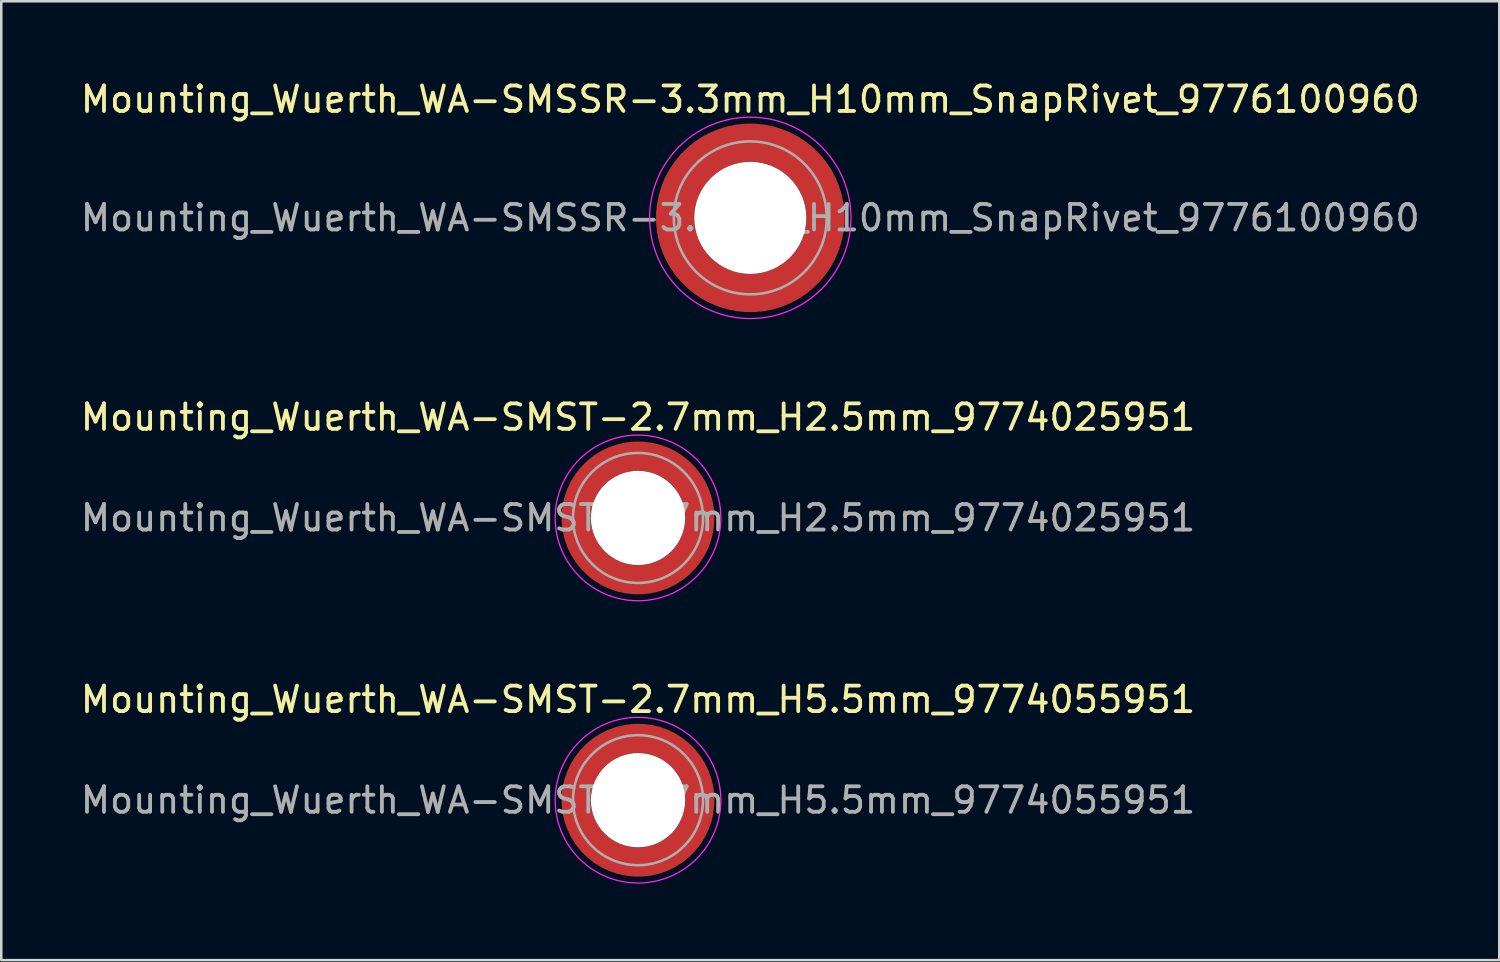
<source format=kicad_pcb>
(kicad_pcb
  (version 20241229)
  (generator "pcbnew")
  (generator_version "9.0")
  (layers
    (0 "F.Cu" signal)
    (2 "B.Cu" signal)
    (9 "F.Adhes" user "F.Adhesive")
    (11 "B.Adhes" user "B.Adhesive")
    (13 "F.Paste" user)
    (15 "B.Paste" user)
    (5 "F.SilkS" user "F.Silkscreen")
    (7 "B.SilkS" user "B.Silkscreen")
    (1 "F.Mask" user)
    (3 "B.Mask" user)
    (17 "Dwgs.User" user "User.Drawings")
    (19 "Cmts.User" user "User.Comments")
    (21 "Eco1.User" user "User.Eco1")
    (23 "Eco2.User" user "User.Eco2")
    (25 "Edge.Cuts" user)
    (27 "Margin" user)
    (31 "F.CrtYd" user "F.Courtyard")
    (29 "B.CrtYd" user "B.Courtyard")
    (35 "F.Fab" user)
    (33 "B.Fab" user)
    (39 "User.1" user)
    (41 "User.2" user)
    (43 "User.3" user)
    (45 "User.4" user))
  (footprint "Mounting_Wuerth_WA-SMST-2.7mm_H2.5mm_9774025951"
    (layer "F.Cu")
    (at 21.982 17.271)
    (property "Reference" "Mounting_Wuerth_WA-SMST-2.7mm_H2.5mm_9774025951" (at 0 -3.95 0) (layer "F.SilkS") (effects (font (size 1 1) (thickness 0.15))))
    (attr smd)
    (fp_circle (center 0 0) (end 3.25 0) (stroke (width 0.05) (type solid)) (fill no) (layer "F.CrtYd"))
    (fp_circle (center 0 0) (end 2.55 0) (stroke (width 0.1) (type solid)) (fill no) (layer "F.Fab"))
    (fp_text user "${REFERENCE}" (at 0 0 0) (layer "F.Fab") (effects (font (size 1 1) (thickness 0.15))))
    (pad "" smd custom (at -1.704 -1.704) (size 0.62 0.62) (layers "F.Paste") (options (anchor circle)) (primitives (gr_arc (start -0.250195 1.279127) (mid 0.289146 0.290681) (end 1.277006 -0.249732) (width 0.2)) (gr_arc (start -0.34334 1.279127) (mid 0.224883 0.226093) (end 1.277452 -0.342992) (width 0.2)) (gr_arc (start -0.436309 1.279127) (mid 0.160537 0.16159) (end 1.277666 -0.436018) (width 0.2)) (gr_arc (start -0.529126 1.279127) (mid 0.095932 0.097343) (end 1.277167 -0.528752) (width 0.2)) (gr_arc (start -0.621807 1.279127) (mid 0.0309 0.033527) (end 1.275473 -0.621136) (width 0.2)) (gr_arc (start -0.71437 1.279127) (mid -0.03322 -0.031206) (end 1.276322 -0.713875) (width 0.2)) (gr_arc (start -0.806826 1.279127) (mid -0.097997 -0.095278) (end 1.275336 -0.806181) (width 0.2)) (gr_arc (start -0.899187 1.279127) (mid -0.161977 -0.160149) (end 1.276577 -0.898769) (width 0.2)) (gr_arc (start -0.991463 1.279127) (mid -0.226842 -0.224133) (end 1.275343 -0.990864) (width 0.2)) (gr_arc (start -1.083663 1.279127) (mid -0.291026 -0.288801) (end 1.276016 -1.083187) (width 0.2)) (gr_line (start 1.279 -0.25) (end 1.279 -1.084) (width 0.2)) (gr_line (start -0.25 1.279) (end -1.084 1.279) (width 0.2))))
    (pad "" smd custom (at -1.704 1.704) (size 0.62 0.62) (layers "F.Paste") (options (anchor circle)) (primitives (gr_arc (start 1.279127 0.250195) (mid 0.290681 -0.289146) (end -0.249732 -1.277006) (width 0.2)) (gr_arc (start 1.279127 0.34334) (mid 0.226093 -0.224883) (end -0.342992 -1.277452) (width 0.2)) (gr_arc (start 1.279127 0.436309) (mid 0.16159 -0.160537) (end -0.436018 -1.277666) (width 0.2)) (gr_arc (start 1.279127 0.529126) (mid 0.097343 -0.095932) (end -0.528752 -1.277167) (width 0.2)) (gr_arc (start 1.279127 0.621807) (mid 0.033527 -0.0309) (end -0.621136 -1.275473) (width 0.2)) (gr_arc (start 1.279127 0.71437) (mid -0.031206 0.03322) (end -0.713875 -1.276322) (width 0.2)) (gr_arc (start 1.279127 0.806826) (mid -0.095278 0.097997) (end -0.806181 -1.275336) (width 0.2)) (gr_arc (start 1.279127 0.899187) (mid -0.160149 0.161977) (end -0.898769 -1.276577) (width 0.2)) (gr_arc (start 1.279127 0.991463) (mid -0.224133 0.226842) (end -0.990864 -1.275343) (width 0.2)) (gr_arc (start 1.279127 1.083663) (mid -0.288801 0.291026) (end -1.083187 -1.276016) (width 0.2)) (gr_line (start -0.25 -1.279) (end -1.084 -1.279) (width 0.2)) (gr_line (start 1.279 0.25) (end 1.279 1.084) (width 0.2))))
    (pad "" np_thru_hole circle (at 0 0) (size 3.7 3.7) (drill 3.7) (layers "*.Cu" "*.Mask"))
    (pad "" smd custom (at 1.704 -1.704) (size 0.62 0.62) (layers "F.Paste") (options (anchor circle)) (primitives (gr_arc (start -1.279127 -0.250195) (mid -0.290681 0.289146) (end 0.249732 1.277006) (width 0.2)) (gr_arc (start -1.279127 -0.34334) (mid -0.226093 0.224883) (end 0.342992 1.277452) (width 0.2)) (gr_arc (start -1.279127 -0.436309) (mid -0.16159 0.160537) (end 0.436018 1.277666) (width 0.2)) (gr_arc (start -1.279127 -0.529126) (mid -0.097343 0.095932) (end 0.528752 1.277167) (width 0.2)) (gr_arc (start -1.279127 -0.621807) (mid -0.033527 0.0309) (end 0.621136 1.275473) (width 0.2)) (gr_arc (start -1.279127 -0.71437) (mid 0.031206 -0.03322) (end 0.713875 1.276322) (width 0.2)) (gr_arc (start -1.279127 -0.806826) (mid 0.095278 -0.097997) (end 0.806181 1.275336) (width 0.2)) (gr_arc (start -1.279127 -0.899187) (mid 0.160149 -0.161977) (end 0.898769 1.276577) (width 0.2)) (gr_arc (start -1.279127 -0.991463) (mid 0.224133 -0.226842) (end 0.990864 1.275343) (width 0.2)) (gr_arc (start -1.279127 -1.083663) (mid 0.288801 -0.291026) (end 1.083187 1.276016) (width 0.2)) (gr_line (start 0.25 1.279) (end 1.084 1.279) (width 0.2)) (gr_line (start -1.279 -0.25) (end -1.279 -1.084) (width 0.2))))
    (pad "" smd custom (at 1.704 1.704) (size 0.62 0.62) (layers "F.Paste") (options (anchor circle)) (primitives (gr_arc (start 0.250195 -1.279127) (mid -0.289146 -0.290681) (end -1.277006 0.249732) (width 0.2)) (gr_arc (start 0.34334 -1.279127) (mid -0.224883 -0.226093) (end -1.277452 0.342992) (width 0.2)) (gr_arc (start 0.436309 -1.279127) (mid -0.160537 -0.16159) (end -1.277666 0.436018) (width 0.2)) (gr_arc (start 0.529126 -1.279127) (mid -0.095932 -0.097343) (end -1.277167 0.528752) (width 0.2)) (gr_arc (start 0.621807 -1.279127) (mid -0.0309 -0.033527) (end -1.275473 0.621136) (width 0.2)) (gr_arc (start 0.71437 -1.279127) (mid 0.03322 0.031206) (end -1.276322 0.713875) (width 0.2)) (gr_arc (start 0.806826 -1.279127) (mid 0.097997 0.095278) (end -1.275336 0.806181) (width 0.2)) (gr_arc (start 0.899187 -1.279127) (mid 0.161977 0.160149) (end -1.276577 0.898769) (width 0.2)) (gr_arc (start 0.991463 -1.279127) (mid 0.226842 0.224133) (end -1.275343 0.990864) (width 0.2)) (gr_arc (start 1.083663 -1.279127) (mid 0.291026 0.288801) (end -1.276016 1.083187) (width 0.2)) (gr_line (start -1.279 0.25) (end -1.279 1.084) (width 0.2)) (gr_line (start 0.25 -1.279) (end 1.084 -1.279) (width 0.2))))
    (pad "1" smd circle (at -2.425 0) (size 0.75 0.75) (layers "F.Cu"))
    (pad "1" smd circle (at 0 -2.425) (size 0.75 0.75) (layers "F.Cu"))
    (pad "1" smd circle (at 0 2.425) (size 0.75 0.75) (layers "F.Cu"))
    (pad "1" smd custom (at 2.425 0) (size 0.75 0.75) (layers "F.Cu" "F.Mask") (options (anchor circle)) (primitives (gr_circle (center -2.425 0) (end 0 0) (width 1.15) (fill no)))))
  (footprint "Mounting_Wuerth_WA-SMSSR-3.3mm_H10mm_SnapRivet_9776100960"
    (layer "F.Cu")
    (at 26.387 5.498)
    (property "Reference" "Mounting_Wuerth_WA-SMSSR-3.3mm_H10mm_SnapRivet_9776100960" (at 0 -4.65 0) (layer "F.SilkS") (effects (font (size 1 1) (thickness 0.15))))
    (attr smd)
    (fp_circle (center 0 0) (end 3.95 0) (stroke (width 0.05) (type solid)) (fill no) (layer "F.CrtYd"))
    (fp_circle (center 0 0) (end 3 0) (stroke (width 0.1) (type solid)) (fill no) (layer "F.Fab"))
    (fp_text user "${REFERENCE}" (at 0 0 0) (layer "F.Fab") (effects (font (size 1 1) (thickness 0.15))))
    (pad "" smd custom (at -2.077 -2.077) (size 0.995 0.995) (layers "F.Paste") (options (anchor circle)) (primitives (gr_arc (start -0.208831 1.577126) (mid 0.422144 0.422848) (end 1.576154 -0.208618) (width 0.2)) (gr_arc (start -0.310669 1.577126) (mid 0.35138 0.352781) (end 1.575188 -0.310262) (width 0.2)) (gr_arc (start -0.412325 1.577126) (mid 0.280305 0.283024) (end 1.573357 -0.411565) (width 0.2)) (gr_arc (start -0.51382 1.577126) (mid 0.210358 0.212139) (end 1.574653 -0.513342) (width 0.2)) (gr_arc (start -0.615172 1.577126) (mid 0.139846 0.141818) (end 1.574384 -0.614661) (width 0.2)) (gr_arc (start -0.716397 1.577126) (mid 0.070334 0.070498) (end 1.576898 -0.716356) (width 0.2)) (gr_arc (start -0.817508 1.577126) (mid -0.001805 0.001806) (end 1.572094 -0.816634) (width 0.2)) (gr_arc (start -0.918517 1.577126) (mid -0.071322 -0.06951) (end 1.574599 -0.918094) (width 0.2)) (gr_arc (start -1.019433 1.577126) (mid -0.141902 -0.139762) (end 1.574138 -1.018949) (width 0.2)) (gr_arc (start -1.120266 1.577126) (mid -0.211736 -0.210761) (end 1.575763 -1.120053) (width 0.2)) (gr_arc (start -1.221022 1.577126) (mid -0.282882 -0.280446) (end 1.57372 -1.220504) (width 0.2)) (gr_arc (start -1.32171 1.577126) (mid -0.353407 -0.350753) (end 1.573414 -1.321162) (width 0.2)) (gr_arc (start -1.422335 1.577126) (mid -0.423311 -0.421682) (end 1.574846 -1.422009) (width 0.2)) (gr_line (start 1.577 -0.209) (end 1.577 -1.422) (width 0.2)) (gr_line (start -0.209 1.577) (end -1.422 1.577) (width 0.2))))
    (pad "" smd custom (at -2.077 2.077) (size 0.995 0.995) (layers "F.Paste") (options (anchor circle)) (primitives (gr_arc (start 1.577126 0.208831) (mid 0.422848 -0.422144) (end -0.208618 -1.576154) (width 0.2)) (gr_arc (start 1.577126 0.310669) (mid 0.352781 -0.35138) (end -0.310262 -1.575188) (width 0.2)) (gr_arc (start 1.577126 0.412325) (mid 0.283024 -0.280305) (end -0.411565 -1.573357) (width 0.2)) (gr_arc (start 1.577126 0.51382) (mid 0.212139 -0.210358) (end -0.513342 -1.574653) (width 0.2)) (gr_arc (start 1.577126 0.615172) (mid 0.141818 -0.139846) (end -0.614661 -1.574384) (width 0.2)) (gr_arc (start 1.577126 0.716397) (mid 0.070498 -0.070334) (end -0.716356 -1.576898) (width 0.2)) (gr_arc (start 1.577126 0.817508) (mid 0.001806 0.001805) (end -0.816634 -1.572094) (width 0.2)) (gr_arc (start 1.577126 0.918517) (mid -0.06951 0.071322) (end -0.918094 -1.574599) (width 0.2)) (gr_arc (start 1.577126 1.019433) (mid -0.139762 0.141902) (end -1.018949 -1.574138) (width 0.2)) (gr_arc (start 1.577126 1.120266) (mid -0.210761 0.211736) (end -1.120053 -1.575763) (width 0.2)) (gr_arc (start 1.577126 1.221022) (mid -0.280446 0.282882) (end -1.220504 -1.57372) (width 0.2)) (gr_arc (start 1.577126 1.32171) (mid -0.350753 0.353407) (end -1.321162 -1.573414) (width 0.2)) (gr_arc (start 1.577126 1.422335) (mid -0.421682 0.423311) (end -1.422009 -1.574846) (width 0.2)) (gr_line (start -0.209 -1.577) (end -1.422 -1.577) (width 0.2)) (gr_line (start 1.577 0.209) (end 1.577 1.422) (width 0.2))))
    (pad "" np_thru_hole circle (at 0 0) (size 4.4 4.4) (drill 4.4) (layers "*.Cu" "*.Mask"))
    (pad "" smd custom (at 2.077 -2.077) (size 0.995 0.995) (layers "F.Paste") (options (anchor circle)) (primitives (gr_arc (start -1.577126 -0.208831) (mid -0.422848 0.422144) (end 0.208618 1.576154) (width 0.2)) (gr_arc (start -1.577126 -0.310669) (mid -0.352781 0.35138) (end 0.310262 1.575188) (width 0.2)) (gr_arc (start -1.577126 -0.412325) (mid -0.283024 0.280305) (end 0.411565 1.573357) (width 0.2)) (gr_arc (start -1.577126 -0.51382) (mid -0.212139 0.210358) (end 0.513342 1.574653) (width 0.2)) (gr_arc (start -1.577126 -0.615172) (mid -0.141818 0.139846) (end 0.614661 1.574384) (width 0.2)) (gr_arc (start -1.577126 -0.716397) (mid -0.070498 0.070334) (end 0.716356 1.576898) (width 0.2)) (gr_arc (start -1.577126 -0.817508) (mid -0.001806 -0.001805) (end 0.816634 1.572094) (width 0.2)) (gr_arc (start -1.577126 -0.918517) (mid 0.06951 -0.071322) (end 0.918094 1.574599) (width 0.2)) (gr_arc (start -1.577126 -1.019433) (mid 0.139762 -0.141902) (end 1.018949 1.574138) (width 0.2)) (gr_arc (start -1.577126 -1.120266) (mid 0.210761 -0.211736) (end 1.120053 1.575763) (width 0.2)) (gr_arc (start -1.577126 -1.221022) (mid 0.280446 -0.282882) (end 1.220504 1.57372) (width 0.2)) (gr_arc (start -1.577126 -1.32171) (mid 0.350753 -0.353407) (end 1.321162 1.573414) (width 0.2)) (gr_arc (start -1.577126 -1.422335) (mid 0.421682 -0.423311) (end 1.422009 1.574846) (width 0.2)) (gr_line (start 0.209 1.577) (end 1.422 1.577) (width 0.2)) (gr_line (start -1.577 -0.209) (end -1.577 -1.422) (width 0.2))))
    (pad "" smd custom (at 2.077 2.077) (size 0.995 0.995) (layers "F.Paste") (options (anchor circle)) (primitives (gr_arc (start 0.208831 -1.577126) (mid -0.422144 -0.422848) (end -1.576154 0.208618) (width 0.2)) (gr_arc (start 0.310669 -1.577126) (mid -0.35138 -0.352781) (end -1.575188 0.310262) (width 0.2)) (gr_arc (start 0.412325 -1.577126) (mid -0.280305 -0.283024) (end -1.573357 0.411565) (width 0.2)) (gr_arc (start 0.51382 -1.577126) (mid -0.210358 -0.212139) (end -1.574653 0.513342) (width 0.2)) (gr_arc (start 0.615172 -1.577126) (mid -0.139846 -0.141818) (end -1.574384 0.614661) (width 0.2)) (gr_arc (start 0.716397 -1.577126) (mid -0.070334 -0.070498) (end -1.576898 0.716356) (width 0.2)) (gr_arc (start 0.817508 -1.577126) (mid 0.001805 -0.001806) (end -1.572094 0.816634) (width 0.2)) (gr_arc (start 0.918517 -1.577126) (mid 0.071322 0.06951) (end -1.574599 0.918094) (width 0.2)) (gr_arc (start 1.019433 -1.577126) (mid 0.141902 0.139762) (end -1.574138 1.018949) (width 0.2)) (gr_arc (start 1.120266 -1.577126) (mid 0.211736 0.210761) (end -1.575763 1.120053) (width 0.2)) (gr_arc (start 1.221022 -1.577126) (mid 0.282882 0.280446) (end -1.57372 1.220504) (width 0.2)) (gr_arc (start 1.32171 -1.577126) (mid 0.353407 0.350753) (end -1.573414 1.321162) (width 0.2)) (gr_arc (start 1.422335 -1.577126) (mid 0.423311 0.421682) (end -1.574846 1.422009) (width 0.2)) (gr_line (start -1.577 0.209) (end -1.577 1.422) (width 0.2)) (gr_line (start 0.209 -1.577) (end 1.422 -1.577) (width 0.2))))
    (pad "1" smd circle (at -2.95 0) (size 1.1 1.1) (layers "F.Cu"))
    (pad "1" smd circle (at 0 -2.95) (size 1.1 1.1) (layers "F.Cu"))
    (pad "1" smd circle (at 0 2.95) (size 1.1 1.1) (layers "F.Cu"))
    (pad "1" smd custom (at 2.95 0) (size 1.1 1.1) (layers "F.Cu" "F.Mask") (options (anchor circle)) (primitives (gr_circle (center -2.95 0) (end 0 0) (width 1.5) (fill no)))))
  (footprint "Mounting_Wuerth_WA-SMST-2.7mm_H5.5mm_9774055951"
    (layer "F.Cu")
    (at 21.982 28.345)
    (property "Reference" "Mounting_Wuerth_WA-SMST-2.7mm_H5.5mm_9774055951" (at 0 -3.95 0) (layer "F.SilkS") (effects (font (size 1 1) (thickness 0.15))))
    (attr smd)
    (fp_circle (center 0 0) (end 3.25 0) (stroke (width 0.05) (type solid)) (fill no) (layer "F.CrtYd"))
    (fp_circle (center 0 0) (end 2.55 0) (stroke (width 0.1) (type solid)) (fill no) (layer "F.Fab"))
    (fp_text user "${REFERENCE}" (at 0 0 0) (layer "F.Fab") (effects (font (size 1 1) (thickness 0.15))))
    (pad "" smd custom (at -1.704 -1.704) (size 0.62 0.62) (layers "F.Paste") (options (anchor circle)) (primitives (gr_arc (start -0.250195 1.279127) (mid 0.289146 0.290681) (end 1.277006 -0.249732) (width 0.2)) (gr_arc (start -0.34334 1.279127) (mid 0.224883 0.226093) (end 1.277452 -0.342992) (width 0.2)) (gr_arc (start -0.436309 1.279127) (mid 0.160537 0.16159) (end 1.277666 -0.436018) (width 0.2)) (gr_arc (start -0.529126 1.279127) (mid 0.095932 0.097343) (end 1.277167 -0.528752) (width 0.2)) (gr_arc (start -0.621807 1.279127) (mid 0.0309 0.033527) (end 1.275473 -0.621136) (width 0.2)) (gr_arc (start -0.71437 1.279127) (mid -0.03322 -0.031206) (end 1.276322 -0.713875) (width 0.2)) (gr_arc (start -0.806826 1.279127) (mid -0.097997 -0.095278) (end 1.275336 -0.806181) (width 0.2)) (gr_arc (start -0.899187 1.279127) (mid -0.161977 -0.160149) (end 1.276577 -0.898769) (width 0.2)) (gr_arc (start -0.991463 1.279127) (mid -0.226842 -0.224133) (end 1.275343 -0.990864) (width 0.2)) (gr_arc (start -1.083663 1.279127) (mid -0.291026 -0.288801) (end 1.276016 -1.083187) (width 0.2)) (gr_line (start 1.279 -0.25) (end 1.279 -1.084) (width 0.2)) (gr_line (start -0.25 1.279) (end -1.084 1.279) (width 0.2))))
    (pad "" smd custom (at -1.704 1.704) (size 0.62 0.62) (layers "F.Paste") (options (anchor circle)) (primitives (gr_arc (start 1.279127 0.250195) (mid 0.290681 -0.289146) (end -0.249732 -1.277006) (width 0.2)) (gr_arc (start 1.279127 0.34334) (mid 0.226093 -0.224883) (end -0.342992 -1.277452) (width 0.2)) (gr_arc (start 1.279127 0.436309) (mid 0.16159 -0.160537) (end -0.436018 -1.277666) (width 0.2)) (gr_arc (start 1.279127 0.529126) (mid 0.097343 -0.095932) (end -0.528752 -1.277167) (width 0.2)) (gr_arc (start 1.279127 0.621807) (mid 0.033527 -0.0309) (end -0.621136 -1.275473) (width 0.2)) (gr_arc (start 1.279127 0.71437) (mid -0.031206 0.03322) (end -0.713875 -1.276322) (width 0.2)) (gr_arc (start 1.279127 0.806826) (mid -0.095278 0.097997) (end -0.806181 -1.275336) (width 0.2)) (gr_arc (start 1.279127 0.899187) (mid -0.160149 0.161977) (end -0.898769 -1.276577) (width 0.2)) (gr_arc (start 1.279127 0.991463) (mid -0.224133 0.226842) (end -0.990864 -1.275343) (width 0.2)) (gr_arc (start 1.279127 1.083663) (mid -0.288801 0.291026) (end -1.083187 -1.276016) (width 0.2)) (gr_line (start -0.25 -1.279) (end -1.084 -1.279) (width 0.2)) (gr_line (start 1.279 0.25) (end 1.279 1.084) (width 0.2))))
    (pad "" np_thru_hole circle (at 0 0) (size 3.7 3.7) (drill 3.7) (layers "*.Cu" "*.Mask"))
    (pad "" smd custom (at 1.704 -1.704) (size 0.62 0.62) (layers "F.Paste") (options (anchor circle)) (primitives (gr_arc (start -1.279127 -0.250195) (mid -0.290681 0.289146) (end 0.249732 1.277006) (width 0.2)) (gr_arc (start -1.279127 -0.34334) (mid -0.226093 0.224883) (end 0.342992 1.277452) (width 0.2)) (gr_arc (start -1.279127 -0.436309) (mid -0.16159 0.160537) (end 0.436018 1.277666) (width 0.2)) (gr_arc (start -1.279127 -0.529126) (mid -0.097343 0.095932) (end 0.528752 1.277167) (width 0.2)) (gr_arc (start -1.279127 -0.621807) (mid -0.033527 0.0309) (end 0.621136 1.275473) (width 0.2)) (gr_arc (start -1.279127 -0.71437) (mid 0.031206 -0.03322) (end 0.713875 1.276322) (width 0.2)) (gr_arc (start -1.279127 -0.806826) (mid 0.095278 -0.097997) (end 0.806181 1.275336) (width 0.2)) (gr_arc (start -1.279127 -0.899187) (mid 0.160149 -0.161977) (end 0.898769 1.276577) (width 0.2)) (gr_arc (start -1.279127 -0.991463) (mid 0.224133 -0.226842) (end 0.990864 1.275343) (width 0.2)) (gr_arc (start -1.279127 -1.083663) (mid 0.288801 -0.291026) (end 1.083187 1.276016) (width 0.2)) (gr_line (start 0.25 1.279) (end 1.084 1.279) (width 0.2)) (gr_line (start -1.279 -0.25) (end -1.279 -1.084) (width 0.2))))
    (pad "" smd custom (at 1.704 1.704) (size 0.62 0.62) (layers "F.Paste") (options (anchor circle)) (primitives (gr_arc (start 0.250195 -1.279127) (mid -0.289146 -0.290681) (end -1.277006 0.249732) (width 0.2)) (gr_arc (start 0.34334 -1.279127) (mid -0.224883 -0.226093) (end -1.277452 0.342992) (width 0.2)) (gr_arc (start 0.436309 -1.279127) (mid -0.160537 -0.16159) (end -1.277666 0.436018) (width 0.2)) (gr_arc (start 0.529126 -1.279127) (mid -0.095932 -0.097343) (end -1.277167 0.528752) (width 0.2)) (gr_arc (start 0.621807 -1.279127) (mid -0.0309 -0.033527) (end -1.275473 0.621136) (width 0.2)) (gr_arc (start 0.71437 -1.279127) (mid 0.03322 0.031206) (end -1.276322 0.713875) (width 0.2)) (gr_arc (start 0.806826 -1.279127) (mid 0.097997 0.095278) (end -1.275336 0.806181) (width 0.2)) (gr_arc (start 0.899187 -1.279127) (mid 0.161977 0.160149) (end -1.276577 0.898769) (width 0.2)) (gr_arc (start 0.991463 -1.279127) (mid 0.226842 0.224133) (end -1.275343 0.990864) (width 0.2)) (gr_arc (start 1.083663 -1.279127) (mid 0.291026 0.288801) (end -1.276016 1.083187) (width 0.2)) (gr_line (start -1.279 0.25) (end -1.279 1.084) (width 0.2)) (gr_line (start 0.25 -1.279) (end 1.084 -1.279) (width 0.2))))
    (pad "1" smd circle (at -2.425 0) (size 0.75 0.75) (layers "F.Cu"))
    (pad "1" smd circle (at 0 -2.425) (size 0.75 0.75) (layers "F.Cu"))
    (pad "1" smd circle (at 0 2.425) (size 0.75 0.75) (layers "F.Cu"))
    (pad "1" smd custom (at 2.425 0) (size 0.75 0.75) (layers "F.Cu" "F.Mask") (options (anchor circle)) (primitives (gr_circle (center -2.425 0) (end 0 0) (width 1.15) (fill no)))))
  (gr_rect
    (start -3 -3)
    (end 55.774 34.62)
    (stroke (width 0.1) (type default))
    (fill no)
    (layer "Edge.Cuts")))
</source>
